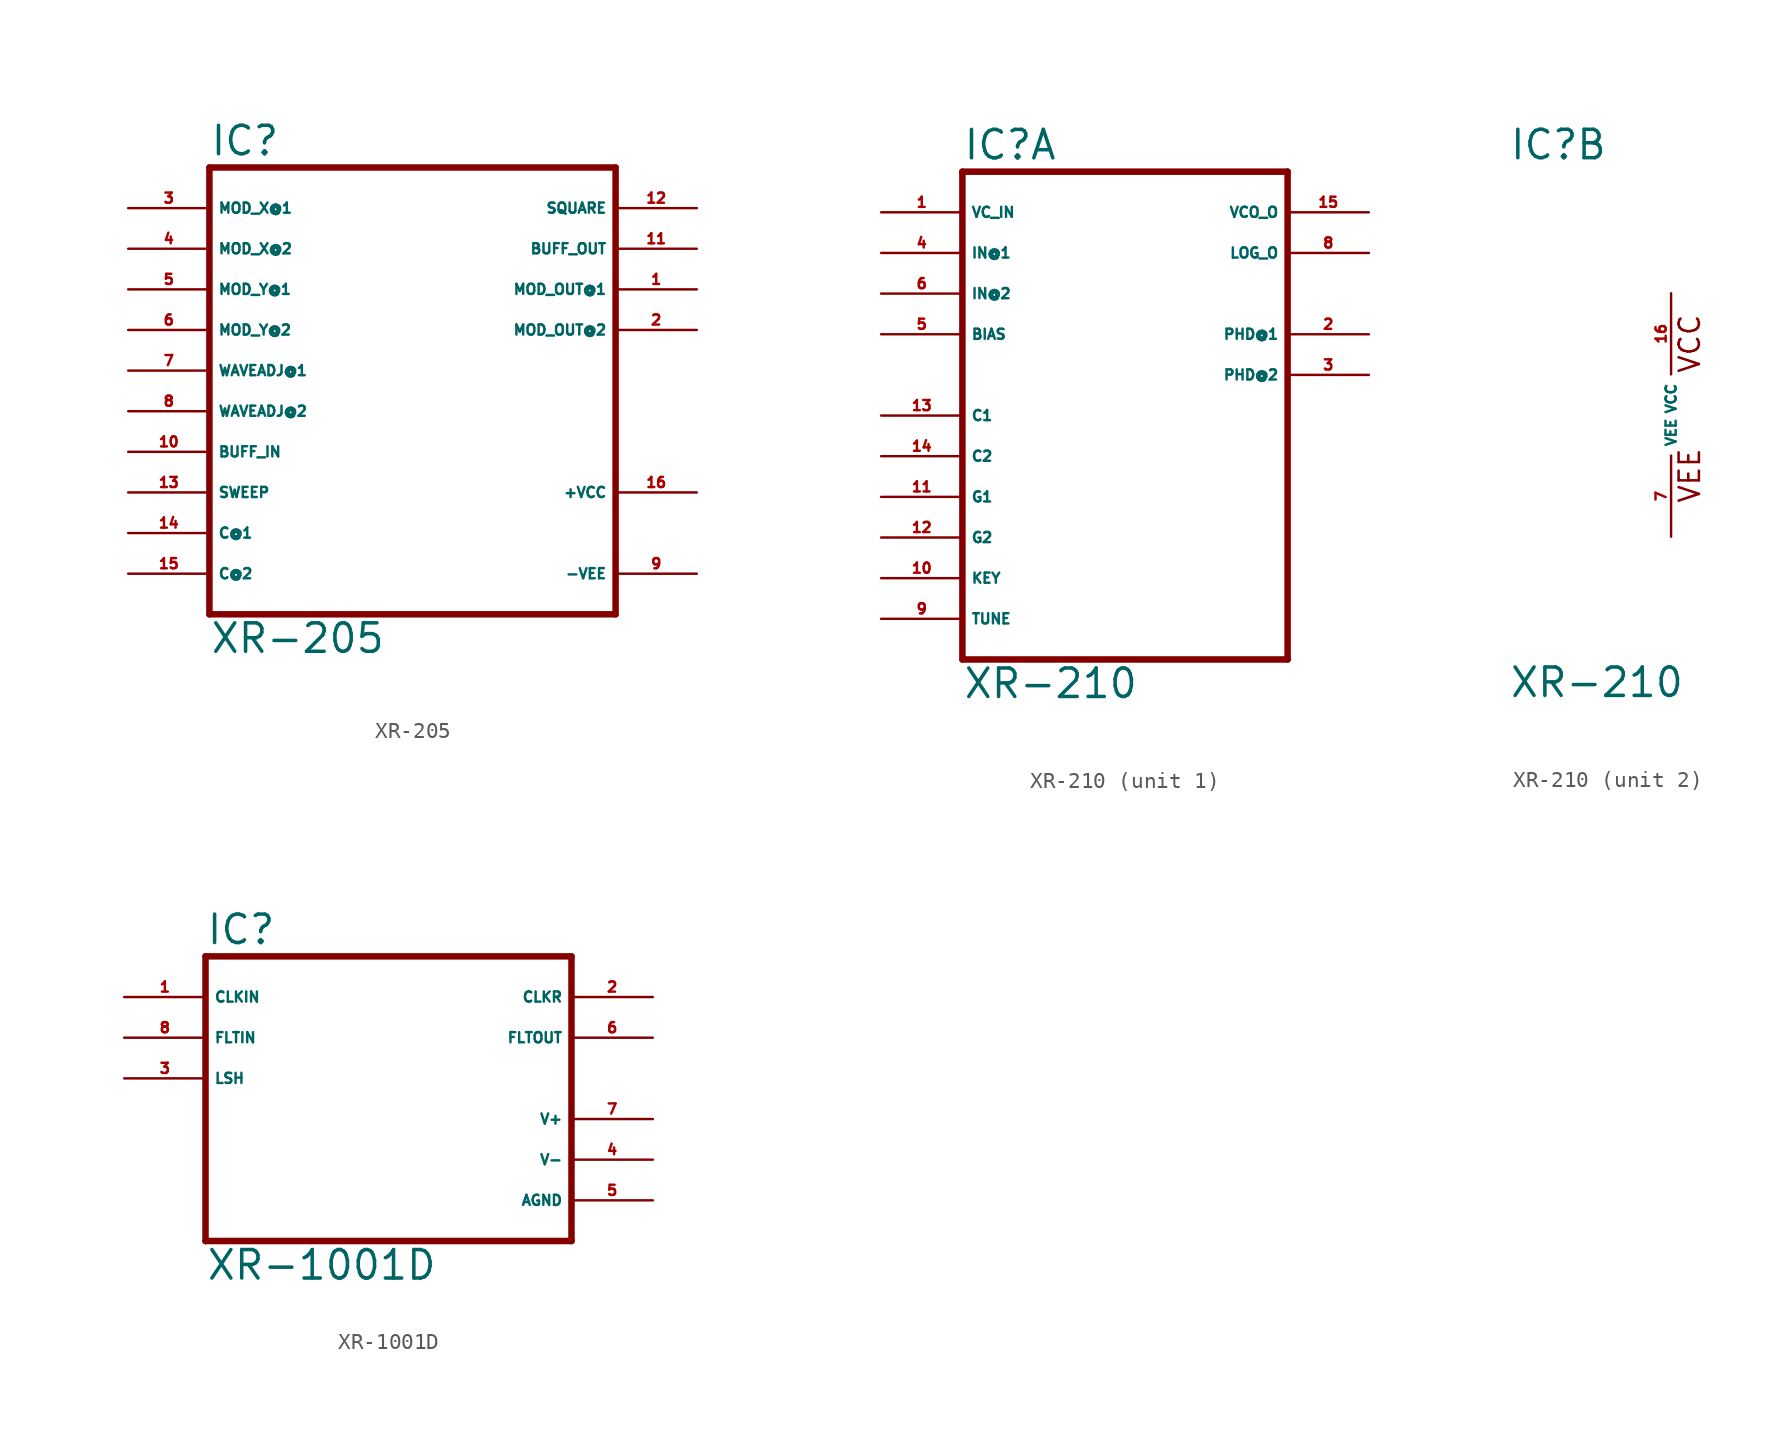
<source format=kicad_sym>
(kicad_symbol_lib
  (version 20220914)
  (generator Eagle2Kicad)
  (symbol "XR-205"
    (property "Reference" "IC"
      (at -12.7 15.875 0)
      (effects (font (size 1.778 1.778) (thickness 0.22)) (justify left bottom)))
    (property "Value" "XR-205"
      (at -12.7 -15.24 0)
      (effects (font (size 1.778 1.778) (thickness 0.22)) (justify left bottom)))
    (polyline
      (pts (xy -12.7 -12.7) (xy 12.7 -12.7))
      (stroke (width 0.406) (type default))
      (fill (type none)))
    (polyline
      (pts (xy 12.7 -12.7) (xy 12.7 15.24))
      (stroke (width 0.406) (type default))
      (fill (type none)))
    (polyline
      (pts (xy 12.7 15.24) (xy -12.7 15.24))
      (stroke (width 0.406) (type default))
      (fill (type none)))
    (polyline
      (pts (xy -12.7 15.24) (xy -12.7 -12.7))
      (stroke (width 0.406) (type default))
      (fill (type none)))
    (pin input line
      (at -17.78 12.7 0)
      (length 5.08)
      (name "MOD_X@1" (effects (font (size 0.635 0.635) (thickness 0.08)) (justify left bottom)))
      (number "3" (effects (font (size 0.635 0.635) (thickness 0.08)) (justify left bottom))))
    (pin input line
      (at -17.78 10.16 0)
      (length 5.08)
      (name "MOD_X@2" (effects (font (size 0.635 0.635) (thickness 0.08)) (justify left bottom)))
      (number "4" (effects (font (size 0.635 0.635) (thickness 0.08)) (justify left bottom))))
    (pin input line
      (at -17.78 7.62 0)
      (length 5.08)
      (name "MOD_Y@1" (effects (font (size 0.635 0.635) (thickness 0.08)) (justify left bottom)))
      (number "5" (effects (font (size 0.635 0.635) (thickness 0.08)) (justify left bottom))))
    (pin input line
      (at -17.78 5.08 0)
      (length 5.08)
      (name "MOD_Y@2" (effects (font (size 0.635 0.635) (thickness 0.08)) (justify left bottom)))
      (number "6" (effects (font (size 0.635 0.635) (thickness 0.08)) (justify left bottom))))
    (pin input line
      (at -17.78 2.54 0)
      (length 5.08)
      (name "WAVEADJ@1" (effects (font (size 0.635 0.635) (thickness 0.08)) (justify left bottom)))
      (number "7" (effects (font (size 0.635 0.635) (thickness 0.08)) (justify left bottom))))
    (pin input line
      (at -17.78 0 0)
      (length 5.08)
      (name "WAVEADJ@2" (effects (font (size 0.635 0.635) (thickness 0.08)) (justify left bottom)))
      (number "8" (effects (font (size 0.635 0.635) (thickness 0.08)) (justify left bottom))))
    (pin input line
      (at -17.78 -2.54 0)
      (length 5.08)
      (name "BUFF_IN" (effects (font (size 0.635 0.635) (thickness 0.08)) (justify left bottom)))
      (number "10" (effects (font (size 0.635 0.635) (thickness 0.08)) (justify left bottom))))
    (pin input line
      (at -17.78 -5.08 0)
      (length 5.08)
      (name "SWEEP" (effects (font (size 0.635 0.635) (thickness 0.08)) (justify left bottom)))
      (number "13" (effects (font (size 0.635 0.635) (thickness 0.08)) (justify left bottom))))
    (pin input line
      (at -17.78 -7.62 0)
      (length 5.08)
      (name "C@1" (effects (font (size 0.635 0.635) (thickness 0.08)) (justify left bottom)))
      (number "14" (effects (font (size 0.635 0.635) (thickness 0.08)) (justify left bottom))))
    (pin input line
      (at -17.78 -10.16 0)
      (length 5.08)
      (name "C@2" (effects (font (size 0.635 0.635) (thickness 0.08)) (justify left bottom)))
      (number "15" (effects (font (size 0.635 0.635) (thickness 0.08)) (justify left bottom))))
    (pin output line
      (at 17.78 12.7 180)
      (length 5.08)
      (name "SQUARE" (effects (font (size 0.635 0.635) (thickness 0.08)) (justify left bottom)))
      (number "12" (effects (font (size 0.635 0.635) (thickness 0.08)) (justify left bottom))))
    (pin output line
      (at 17.78 10.16 180)
      (length 5.08)
      (name "BUFF_OUT" (effects (font (size 0.635 0.635) (thickness 0.08)) (justify left bottom)))
      (number "11" (effects (font (size 0.635 0.635) (thickness 0.08)) (justify left bottom))))
    (pin output line
      (at 17.78 7.62 180)
      (length 5.08)
      (name "MOD_OUT@1" (effects (font (size 0.635 0.635) (thickness 0.08)) (justify left bottom)))
      (number "1" (effects (font (size 0.635 0.635) (thickness 0.08)) (justify left bottom))))
    (pin output line
      (at 17.78 5.08 180)
      (length 5.08)
      (name "MOD_OUT@2" (effects (font (size 0.635 0.635) (thickness 0.08)) (justify left bottom)))
      (number "2" (effects (font (size 0.635 0.635) (thickness 0.08)) (justify left bottom))))
    (pin unspecified line
      (at 17.78 -10.16 180)
      (length 5.08)
      (name "-VEE" (effects (font (size 0.635 0.635) (thickness 0.08)) (justify left bottom)))
      (number "9" (effects (font (size 0.635 0.635) (thickness 0.08)) (justify left bottom))))
    (pin unspecified line
      (at 17.78 -5.08 180)
      (length 5.08)
      (name "+VCC" (effects (font (size 0.635 0.635) (thickness 0.08)) (justify left bottom)))
      (number "16" (effects (font (size 0.635 0.635) (thickness 0.08)) (justify left bottom)))))
  (symbol "XR-210"
    (property "Reference" "IC"
      (at -10.16 15.875 0)
      (effects (font (size 1.778 1.778) (thickness 0.22)) (justify left bottom)))
    (property "Value" "XR-210"
      (at -10.16 -17.78 0)
      (effects (font (size 1.778 1.778) (thickness 0.22)) (justify left bottom)))
    (symbol "XR-210_1_0"
      (polyline (pts (xy -10.16 15.24) (xy -10.16 -15.24)) (stroke (width 0.406) (type default)) (fill (type none)))
      (polyline (pts (xy -10.16 -15.24) (xy 10.16 -15.24)) (stroke (width 0.406) (type default)) (fill (type none)))
      (polyline (pts (xy 10.16 -15.24) (xy 10.16 15.24)) (stroke (width 0.406) (type default)) (fill (type none)))
      (polyline (pts (xy 10.16 15.24) (xy -10.16 15.24)) (stroke (width 0.406) (type default)) (fill (type none)))
      (pin input line (at -15.24 12.7 0) (length 5.08) (name "VC_IN" (effects (font (size 0.635 0.635) (thickness 0.08)) (justify left bottom))) (number "1" (effects (font (size 0.635 0.635) (thickness 0.08)) (justify left bottom))))
      (pin output line (at 15.24 5.08 180) (length 5.08) (name "PHD@1" (effects (font (size 0.635 0.635) (thickness 0.08)) (justify left bottom))) (number "2" (effects (font (size 0.635 0.635) (thickness 0.08)) (justify left bottom))))
      (pin output line (at 15.24 2.54 180) (length 5.08) (name "PHD@2" (effects (font (size 0.635 0.635) (thickness 0.08)) (justify left bottom))) (number "3" (effects (font (size 0.635 0.635) (thickness 0.08)) (justify left bottom))))
      (pin input line (at -15.24 10.16 0) (length 5.08) (name "IN@1" (effects (font (size 0.635 0.635) (thickness 0.08)) (justify left bottom))) (number "4" (effects (font (size 0.635 0.635) (thickness 0.08)) (justify left bottom))))
      (pin input line (at -15.24 7.62 0) (length 5.08) (name "IN@2" (effects (font (size 0.635 0.635) (thickness 0.08)) (justify left bottom))) (number "6" (effects (font (size 0.635 0.635) (thickness 0.08)) (justify left bottom))))
      (pin output line (at 15.24 10.16 180) (length 5.08) (name "LOG_O" (effects (font (size 0.635 0.635) (thickness 0.08)) (justify left bottom))) (number "8" (effects (font (size 0.635 0.635) (thickness 0.08)) (justify left bottom))))
      (pin output line (at 15.24 12.7 180) (length 5.08) (name "VCO_O" (effects (font (size 0.635 0.635) (thickness 0.08)) (justify left bottom))) (number "15" (effects (font (size 0.635 0.635) (thickness 0.08)) (justify left bottom))))
      (pin input line (at -15.24 0 0) (length 5.08) (name "C1" (effects (font (size 0.635 0.635) (thickness 0.08)) (justify left bottom))) (number "13" (effects (font (size 0.635 0.635) (thickness 0.08)) (justify left bottom))))
      (pin input line (at -15.24 -2.54 0) (length 5.08) (name "C2" (effects (font (size 0.635 0.635) (thickness 0.08)) (justify left bottom))) (number "14" (effects (font (size 0.635 0.635) (thickness 0.08)) (justify left bottom))))
      (pin input line (at -15.24 -5.08 0) (length 5.08) (name "G1" (effects (font (size 0.635 0.635) (thickness 0.08)) (justify left bottom))) (number "11" (effects (font (size 0.635 0.635) (thickness 0.08)) (justify left bottom))))
      (pin input line (at -15.24 -7.62 0) (length 5.08) (name "G2" (effects (font (size 0.635 0.635) (thickness 0.08)) (justify left bottom))) (number "12" (effects (font (size 0.635 0.635) (thickness 0.08)) (justify left bottom))))
      (pin input line (at -15.24 -10.16 0) (length 5.08) (name "KEY" (effects (font (size 0.635 0.635) (thickness 0.08)) (justify left bottom))) (number "10" (effects (font (size 0.635 0.635) (thickness 0.08)) (justify left bottom))))
      (pin input line (at -15.24 -12.7 0) (length 5.08) (name "TUNE" (effects (font (size 0.635 0.635) (thickness 0.08)) (justify left bottom))) (number "9" (effects (font (size 0.635 0.635) (thickness 0.08)) (justify left bottom))))
      (pin input line (at -15.24 5.08 0) (length 5.08) (name "BIAS" (effects (font (size 0.635 0.635) (thickness 0.08)) (justify left bottom))) (number "5" (effects (font (size 0.635 0.635) (thickness 0.08)) (justify left bottom)))))
    (symbol "XR-210_2_0"
      (text "VEE" (at 1.905 -5.588 900) (effects (font (size 1.27 1.27) (thickness 0.16)) (justify left bottom)))
      (text "VCC" (at 1.905 2.54 900) (effects (font (size 1.27 1.27) (thickness 0.16)) (justify left bottom)))
      (pin unspecified line (at 0 7.62 270) (length 5.08) (name "VCC" (effects (font (size 0.635 0.635) (thickness 0.08)) (justify left bottom))) (number "16" (effects (font (size 0.635 0.635) (thickness 0.08)) (justify left bottom))))
      (pin unspecified line (at 0 -7.62 90) (length 5.08) (name "VEE" (effects (font (size 0.635 0.635) (thickness 0.08)) (justify left bottom))) (number "7" (effects (font (size 0.635 0.635) (thickness 0.08)) (justify left bottom))))))
  (symbol "XR-1001D"
    (property "Reference" "IC"
      (at -10.16 8.255 0)
      (effects (font (size 1.778 1.778) (thickness 0.22)) (justify left bottom)))
    (property "Value" "XR-1001D"
      (at -10.16 -12.7 0)
      (effects (font (size 1.778 1.778) (thickness 0.22)) (justify left bottom)))
    (polyline
      (pts (xy -10.16 -10.16) (xy 12.7 -10.16))
      (stroke (width 0.406) (type default))
      (fill (type none)))
    (polyline
      (pts (xy 12.7 -10.16) (xy 12.7 7.62))
      (stroke (width 0.406) (type default))
      (fill (type none)))
    (polyline
      (pts (xy 12.7 7.62) (xy -10.16 7.62))
      (stroke (width 0.406) (type default))
      (fill (type none)))
    (polyline
      (pts (xy -10.16 7.62) (xy -10.16 -10.16))
      (stroke (width 0.406) (type default))
      (fill (type none)))
    (pin input line
      (at -15.24 5.08 0)
      (length 5.08)
      (name "CLKIN" (effects (font (size 0.635 0.635) (thickness 0.08)) (justify left bottom)))
      (number "1" (effects (font (size 0.635 0.635) (thickness 0.08)) (justify left bottom))))
    (pin input line
      (at -15.24 0 0)
      (length 5.08)
      (name "LSH" (effects (font (size 0.635 0.635) (thickness 0.08)) (justify left bottom)))
      (number "3" (effects (font (size 0.635 0.635) (thickness 0.08)) (justify left bottom))))
    (pin input line
      (at -15.24 2.54 0)
      (length 5.08)
      (name "FLTIN" (effects (font (size 0.635 0.635) (thickness 0.08)) (justify left bottom)))
      (number "8" (effects (font (size 0.635 0.635) (thickness 0.08)) (justify left bottom))))
    (pin output line
      (at 17.78 5.08 180)
      (length 5.08)
      (name "CLKR" (effects (font (size 0.635 0.635) (thickness 0.08)) (justify left bottom)))
      (number "2" (effects (font (size 0.635 0.635) (thickness 0.08)) (justify left bottom))))
    (pin output line
      (at 17.78 2.54 180)
      (length 5.08)
      (name "FLTOUT" (effects (font (size 0.635 0.635) (thickness 0.08)) (justify left bottom)))
      (number "6" (effects (font (size 0.635 0.635) (thickness 0.08)) (justify left bottom))))
    (pin unspecified line
      (at 17.78 -2.54 180)
      (length 5.08)
      (name "V+" (effects (font (size 0.635 0.635) (thickness 0.08)) (justify left bottom)))
      (number "7" (effects (font (size 0.635 0.635) (thickness 0.08)) (justify left bottom))))
    (pin unspecified line
      (at 17.78 -5.08 180)
      (length 5.08)
      (name "V-" (effects (font (size 0.635 0.635) (thickness 0.08)) (justify left bottom)))
      (number "4" (effects (font (size 0.635 0.635) (thickness 0.08)) (justify left bottom))))
    (pin unspecified line
      (at 17.78 -7.62 180)
      (length 5.08)
      (name "AGND" (effects (font (size 0.635 0.635) (thickness 0.08)) (justify left bottom)))
      (number "5" (effects (font (size 0.635 0.635) (thickness 0.08)) (justify left bottom))))))
</source>
